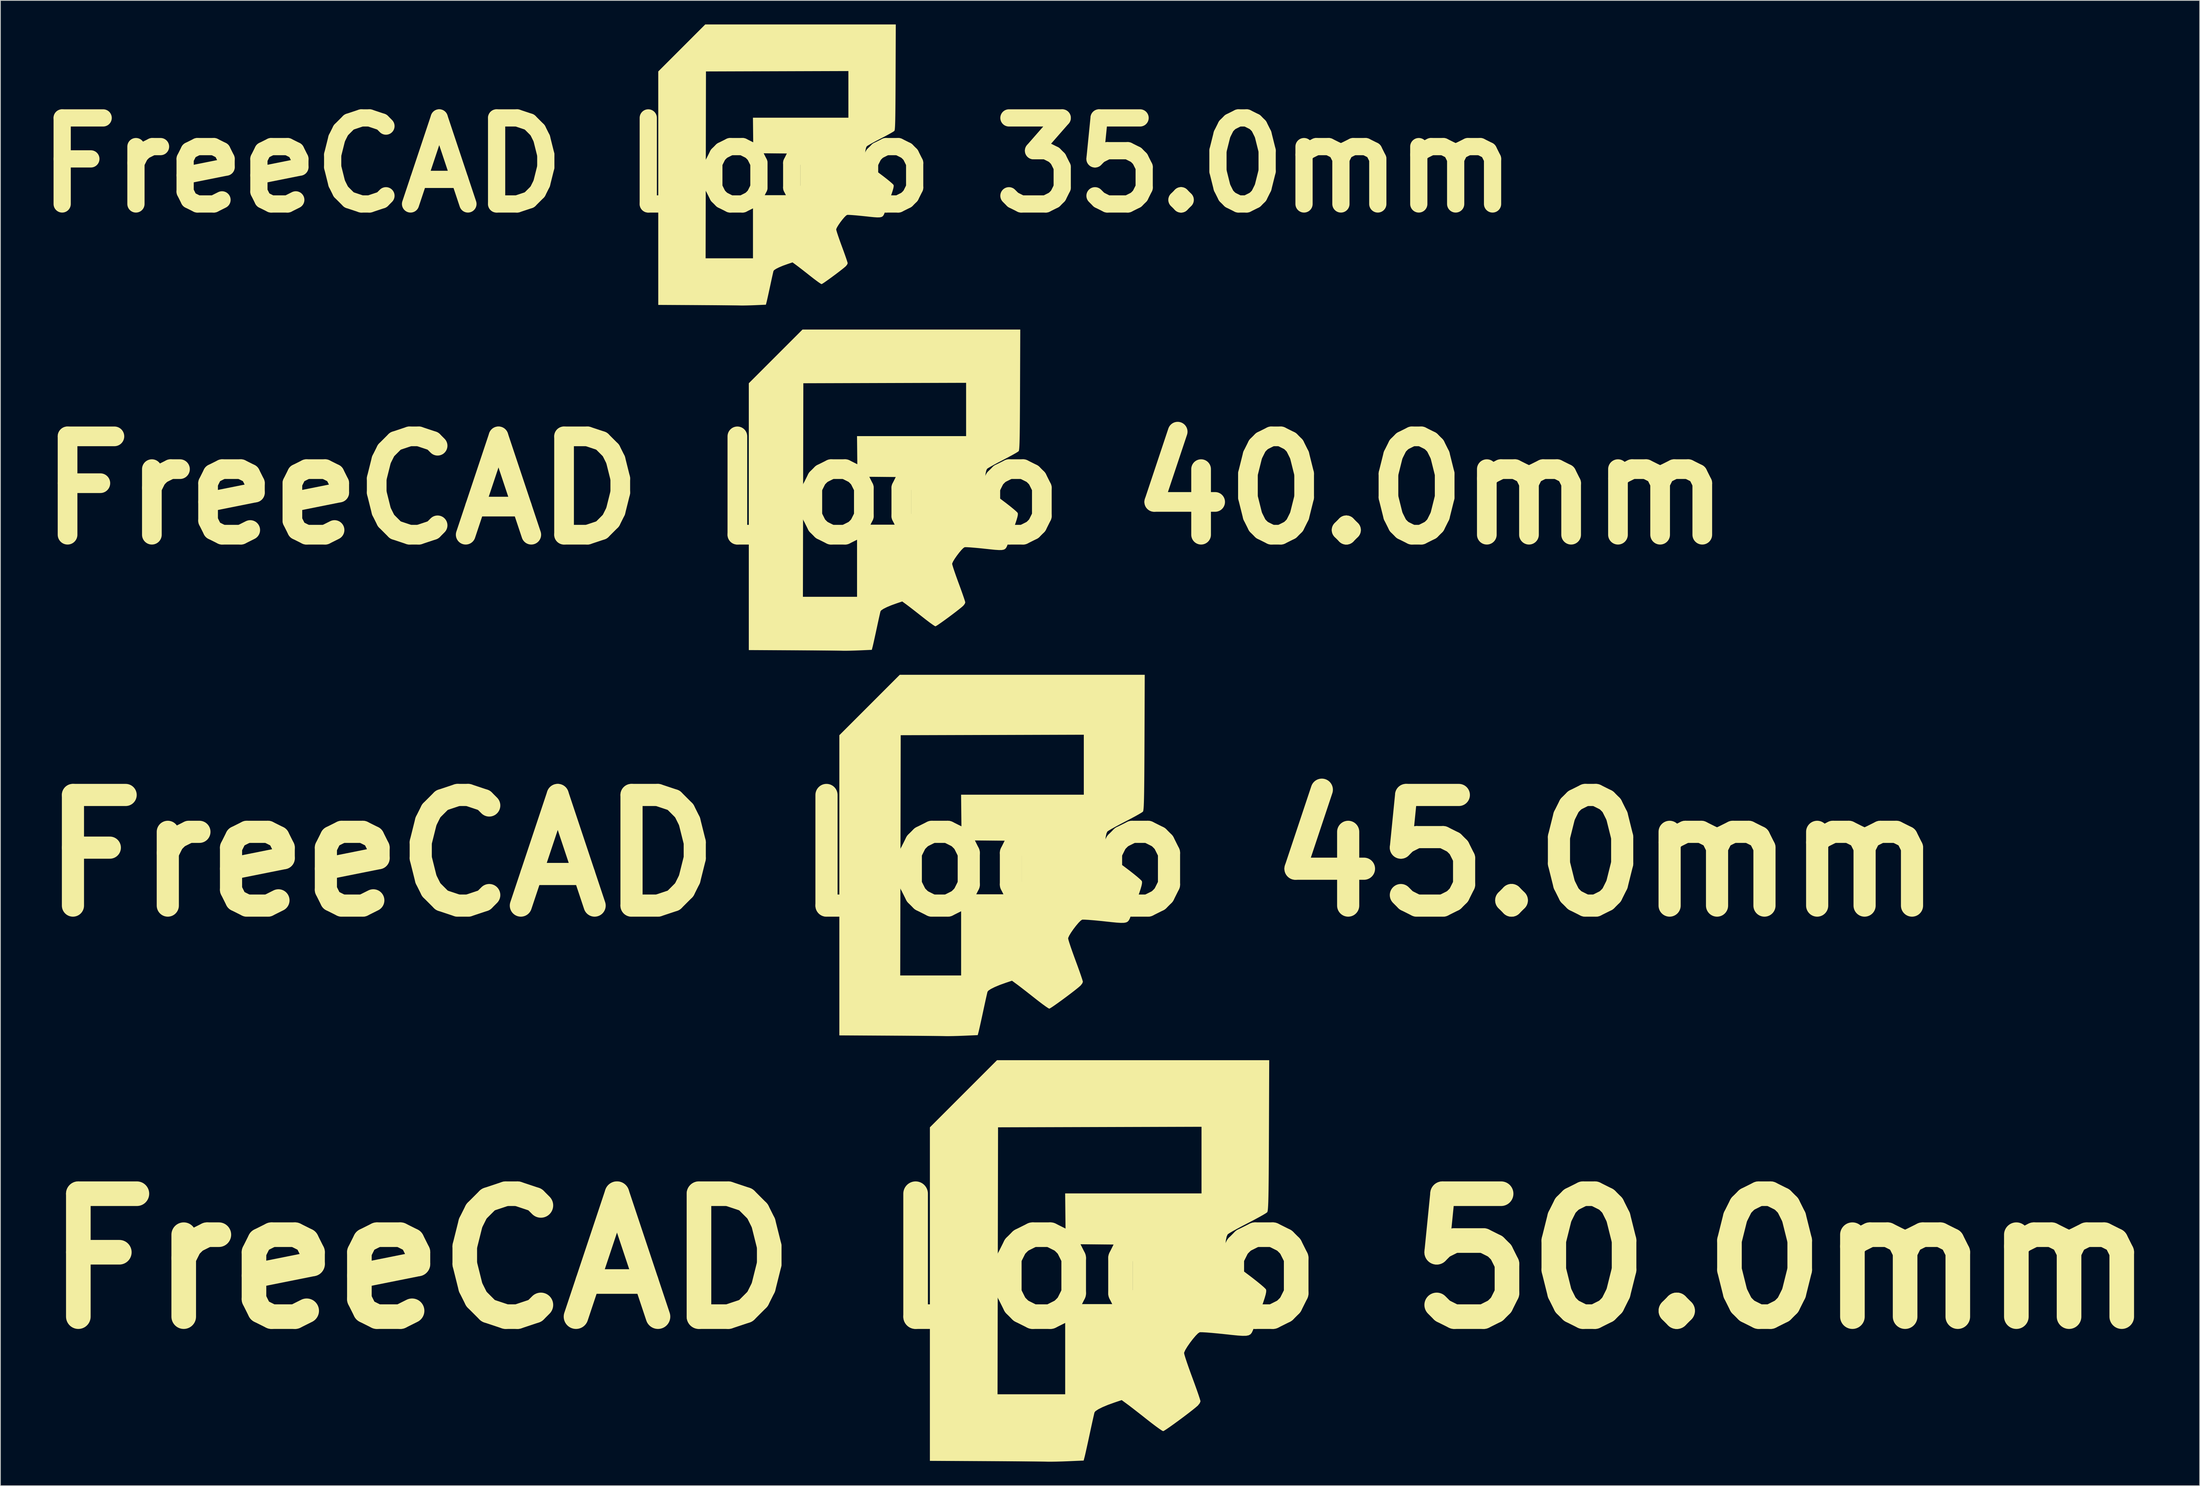
<source format=kicad_pcb>
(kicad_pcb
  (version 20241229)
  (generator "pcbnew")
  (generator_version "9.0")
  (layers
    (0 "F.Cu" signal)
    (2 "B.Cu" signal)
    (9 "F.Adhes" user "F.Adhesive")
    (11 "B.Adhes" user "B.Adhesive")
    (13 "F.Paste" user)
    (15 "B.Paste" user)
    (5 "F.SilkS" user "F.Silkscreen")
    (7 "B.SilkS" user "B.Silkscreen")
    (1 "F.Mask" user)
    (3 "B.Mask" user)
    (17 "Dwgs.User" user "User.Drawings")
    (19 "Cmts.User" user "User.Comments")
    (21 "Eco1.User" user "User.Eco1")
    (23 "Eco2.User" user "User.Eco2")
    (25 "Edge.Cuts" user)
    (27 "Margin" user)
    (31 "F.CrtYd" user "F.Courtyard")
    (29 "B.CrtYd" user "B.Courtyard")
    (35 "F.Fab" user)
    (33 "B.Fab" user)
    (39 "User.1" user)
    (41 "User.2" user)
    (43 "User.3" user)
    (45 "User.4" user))
  (footprint "FreeCAD Logo 50.0mm"
    (layer "F.Cu")
    (at 134.191 154.306)
    (property "Reference" "FreeCAD Logo 50.0mm" (at 0 0 180) (layer "F.SilkS") (effects (font (size 15.34 15.34) (thickness 3.07))))
    (attr board_only exclude_from_pos_files exclude_from_bom)
    (fp_poly (pts (xy 21.071 -15.684) (xy 21.063 -13.862) (xy 21.055 -12.279) (xy 21.046 -10.92) (xy 21.035 -9.769) (xy 21.023 -8.808) (xy 21.008 -8.023) (xy 20.991 -7.397) (xy 20.971 -6.914) (xy 20.948 -6.558) (xy 20.922 -6.312) (xy 20.891 -6.162) (xy 20.86 -6.093) (xy 20.695 -5.972) (xy 20.34 -5.757) (xy 19.831 -5.471) (xy 19.208 -5.135) (xy 18.508 -4.769) (xy 18.404 -4.716) (xy 17.694 -4.347) (xy 17.054 -4.004) (xy 16.522 -3.708) (xy 16.137 -3.48) (xy 15.937 -3.342) (xy 15.927 -3.332) (xy 15.801 -3.063) (xy 15.704 -2.618) (xy 15.642 -2.071) (xy 15.619 -1.502) (xy 15.639 -0.986) (xy 15.706 -0.6) (xy 15.759 -0.481) (xy 15.916 -0.32) (xy 16.247 -0.034) (xy 16.72 0.349) (xy 17.301 0.804) (xy 17.959 1.304) (xy 18.261 1.53) (xy 18.938 2.041) (xy 19.548 2.519) (xy 20.061 2.937) (xy 20.445 3.269) (xy 20.667 3.49) (xy 20.706 3.545) (xy 20.735 3.679) (xy 20.723 3.885) (xy 20.662 4.184) (xy 20.544 4.598) (xy 20.363 5.152) (xy 20.111 5.867) (xy 19.781 6.765) (xy 19.366 7.87) (xy 19.185 8.348) (xy 19.051 8.692) (xy 18.922 8.956) (xy 18.764 9.144) (xy 18.544 9.265) (xy 18.231 9.326) (xy 17.79 9.334) (xy 17.189 9.295) (xy 16.394 9.216) (xy 15.537 9.123) (xy 14.7 9.037) (xy 13.936 8.966) (xy 13.285 8.914) (xy 12.789 8.885) (xy 12.489 8.881) (xy 12.432 8.887) (xy 12.224 9.024) (xy 11.925 9.326) (xy 11.577 9.738) (xy 11.219 10.206) (xy 10.894 10.675) (xy 10.641 11.092) (xy 10.502 11.4) (xy 10.487 11.484) (xy 10.53 11.686) (xy 10.651 12.088) (xy 10.838 12.653) (xy 11.077 13.342) (xy 11.356 14.116) (xy 11.509 14.53) (xy 11.802 15.328) (xy 12.063 16.055) (xy 12.278 16.674) (xy 12.434 17.147) (xy 12.52 17.437) (xy 12.532 17.503) (xy 12.443 17.733) (xy 12.226 18.009) (xy 12.18 18.054) (xy 11.892 18.302) (xy 11.472 18.64) (xy 10.956 19.04) (xy 10.384 19.474) (xy 9.792 19.913) (xy 9.219 20.331) (xy 8.702 20.699) (xy 8.28 20.989) (xy 7.989 21.174) (xy 7.875 21.227) (xy 7.72 21.151) (xy 7.402 20.939) (xy 6.957 20.617) (xy 6.419 20.21) (xy 5.879 19.789) (xy 5.24 19.283) (xy 4.615 18.795) (xy 4.056 18.361) (xy 3.611 18.02) (xy 3.384 17.851) (xy 2.701 17.351) (xy 1.83 17.643) (xy 1.014 17.936) (xy 0.321 18.225) (xy -0.216 18.494) (xy -0.564 18.726) (xy -0.688 18.88) (xy -0.737 19.075) (xy -0.829 19.477) (xy -0.955 20.044) (xy -1.106 20.731) (xy -1.271 21.496) (xy -1.282 21.547) (xy -1.451 22.335) (xy -1.611 23.065) (xy -1.75 23.691) (xy -1.857 24.163) (xy -1.923 24.434) (xy -1.923 24.436) (xy -2.045 24.896) (xy -3.984 24.98) (xy -4.731 25.008) (xy -5.45 25.027) (xy -6.073 25.037) (xy -6.532 25.036) (xy -6.638 25.033) (xy -6.901 25.026) (xy -7.393 25.019) (xy -8.088 25.011) (xy -8.959 25.003) (xy -9.979 24.994) (xy -11.122 24.986) (xy -12.362 24.978) (xy -13.672 24.971) (xy -14.29 24.968) (xy -21.227 24.934) (xy -21.227 16.624) (xy -12.789 16.624) (xy -8.568 16.624) (xy -4.348 16.624) (xy -4.348 10.997) (xy -4.348 5.371) (xy -0.128 5.371) (xy 4.092 5.371) (xy 4.092 1.664) (xy 4.092 -2.043) (xy -0.096 -2.076) (xy -4.284 -2.11) (xy -4.318 -5.275) (xy -4.352 -8.44) (xy 4.154 -8.44) (xy 12.66 -8.44) (xy 12.66 -12.596) (xy 12.66 -16.753) (xy -0.032 -16.72) (xy -12.724 -16.688) (xy -12.756 -0.032) (xy -12.789 16.624) (xy -21.227 16.624) (xy -21.227 4.124) (xy -21.227 -16.686) (xy -17.04 -20.875) (xy -12.853 -25.064) (xy 4.126 -25.064) (xy 21.106 -25.064)) (stroke (width 0) (type solid)) (fill yes) (layer "F.SilkS")))
  (footprint "FreeCAD Logo 45.0mm"
    (layer "F.Cu")
    (at 120.772 103.709)
    (property "Reference" "FreeCAD Logo 45.0mm" (at 0 0 180) (layer "F.SilkS") (effects (font (size 13.806 13.806) (thickness 2.763))))
    (attr board_only exclude_from_pos_files exclude_from_bom)
    (fp_poly (pts (xy 18.964 -14.116) (xy 18.957 -12.476) (xy 18.949 -11.051) (xy 18.941 -9.828) (xy 18.931 -8.792) (xy 18.92 -7.927) (xy 18.907 -7.221) (xy 18.892 -6.657) (xy 18.874 -6.223) (xy 18.853 -5.902) (xy 18.829 -5.681) (xy 18.802 -5.546) (xy 18.774 -5.484) (xy 18.626 -5.375) (xy 18.306 -5.182) (xy 17.848 -4.924) (xy 17.287 -4.621) (xy 16.657 -4.292) (xy 16.564 -4.244) (xy 15.925 -3.912) (xy 15.349 -3.603) (xy 14.87 -3.337) (xy 14.524 -3.132) (xy 14.344 -3.008) (xy 14.334 -2.998) (xy 14.221 -2.757) (xy 14.134 -2.356) (xy 14.078 -1.864) (xy 14.057 -1.351) (xy 14.075 -0.887) (xy 14.136 -0.54) (xy 14.183 -0.433) (xy 14.324 -0.288) (xy 14.623 -0.031) (xy 15.048 0.314) (xy 15.571 0.724) (xy 16.163 1.174) (xy 16.435 1.377) (xy 17.044 1.837) (xy 17.593 2.267) (xy 18.055 2.643) (xy 18.4 2.942) (xy 18.6 3.141) (xy 18.635 3.191) (xy 18.662 3.311) (xy 18.651 3.496) (xy 18.596 3.765) (xy 18.49 4.139) (xy 18.326 4.637) (xy 18.1 5.28) (xy 17.803 6.088) (xy 17.429 7.083) (xy 17.266 7.513) (xy 17.146 7.823) (xy 17.029 8.06) (xy 16.887 8.23) (xy 16.69 8.339) (xy 16.408 8.394) (xy 16.011 8.4) (xy 15.47 8.365) (xy 14.755 8.295) (xy 13.983 8.211) (xy 13.23 8.133) (xy 12.542 8.069) (xy 11.957 8.023) (xy 11.51 7.996) (xy 11.24 7.993) (xy 11.189 7.998) (xy 11.002 8.122) (xy 10.733 8.393) (xy 10.419 8.764) (xy 10.097 9.185) (xy 9.804 9.608) (xy 9.577 9.982) (xy 9.452 10.26) (xy 9.438 10.336) (xy 9.477 10.517) (xy 9.586 10.879) (xy 9.754 11.388) (xy 9.97 12.008) (xy 10.221 12.705) (xy 10.358 13.077) (xy 10.622 13.795) (xy 10.857 14.45) (xy 11.05 15.006) (xy 11.191 15.432) (xy 11.268 15.693) (xy 11.279 15.753) (xy 11.199 15.96) (xy 11.003 16.208) (xy 10.962 16.249) (xy 10.703 16.472) (xy 10.325 16.776) (xy 9.861 17.136) (xy 9.345 17.526) (xy 8.813 17.922) (xy 8.297 18.298) (xy 7.832 18.629) (xy 7.452 18.89) (xy 7.19 19.057) (xy 7.087 19.105) (xy 6.948 19.036) (xy 6.662 18.845) (xy 6.261 18.555) (xy 5.777 18.189) (xy 5.292 17.81) (xy 4.716 17.355) (xy 4.154 16.915) (xy 3.65 16.525) (xy 3.25 16.218) (xy 3.046 16.066) (xy 2.431 15.616) (xy 1.647 15.879) (xy 0.912 16.143) (xy 0.289 16.403) (xy -0.194 16.644) (xy -0.508 16.853) (xy -0.619 16.992) (xy -0.663 17.168) (xy -0.746 17.53) (xy -0.86 18.039) (xy -0.995 18.658) (xy -1.144 19.346) (xy -1.153 19.392) (xy -1.306 20.101) (xy -1.45 20.759) (xy -1.575 21.322) (xy -1.672 21.747) (xy -1.73 21.991) (xy -1.731 21.993) (xy -1.841 22.406) (xy -3.586 22.482) (xy -4.257 22.507) (xy -4.905 22.525) (xy -5.465 22.534) (xy -5.879 22.532) (xy -5.974 22.529) (xy -6.211 22.524) (xy -6.654 22.517) (xy -7.279 22.51) (xy -8.063 22.503) (xy -8.981 22.495) (xy -10.01 22.488) (xy -11.126 22.48) (xy -12.305 22.474) (xy -12.861 22.471) (xy -19.105 22.44) (xy -19.105 14.961) (xy -11.51 14.961) (xy -7.711 14.961) (xy -3.913 14.961) (xy -3.913 9.898) (xy -3.913 4.834) (xy -0.115 4.834) (xy 3.683 4.834) (xy 3.683 1.498) (xy 3.683 -1.838) (xy -0.086 -1.869) (xy -3.855 -1.899) (xy -3.886 -4.747) (xy -3.917 -7.596) (xy 3.738 -7.596) (xy 11.394 -7.596) (xy 11.394 -11.337) (xy 11.394 -15.078) (xy -0.029 -15.048) (xy -11.451 -15.019) (xy -11.48 -0.029) (xy -11.51 14.961) (xy -19.105 14.961) (xy -19.105 3.711) (xy -19.105 -15.018) (xy -15.336 -18.787) (xy -11.568 -22.557) (xy 3.714 -22.557) (xy 18.995 -22.557)) (stroke (width 0) (type solid)) (fill yes) (layer "F.SilkS")))
  (footprint "FreeCAD Logo 35.0mm"
    (layer "F.Cu")
    (at 93.934 17.545)
    (property "Reference" "FreeCAD Logo 35.0mm" (at 0 0 180) (layer "F.SilkS") (effects (font (size 10.738 10.738) (thickness 2.149))))
    (attr board_only exclude_from_pos_files exclude_from_bom)
    (fp_poly (pts (xy 14.749 -10.979) (xy 14.744 -9.703) (xy 14.738 -8.596) (xy 14.732 -7.644) (xy 14.724 -6.838) (xy 14.716 -6.166) (xy 14.706 -5.616) (xy 14.694 -5.178) (xy 14.68 -4.84) (xy 14.664 -4.591) (xy 14.645 -4.419) (xy 14.624 -4.313) (xy 14.602 -4.265) (xy 14.487 -4.18) (xy 14.238 -4.03) (xy 13.882 -3.83) (xy 13.446 -3.594) (xy 12.955 -3.338) (xy 12.883 -3.301) (xy 12.386 -3.043) (xy 11.938 -2.803) (xy 11.566 -2.595) (xy 11.296 -2.436) (xy 11.156 -2.34) (xy 11.149 -2.332) (xy 11.061 -2.144) (xy 10.993 -1.832) (xy 10.95 -1.45) (xy 10.933 -1.051) (xy 10.947 -0.69) (xy 10.994 -0.42) (xy 11.031 -0.337) (xy 11.141 -0.224) (xy 11.373 -0.024) (xy 11.704 0.244) (xy 12.111 0.563) (xy 12.571 0.913) (xy 12.783 1.071) (xy 13.256 1.429) (xy 13.684 1.763) (xy 14.043 2.056) (xy 14.311 2.289) (xy 14.467 2.443) (xy 14.494 2.482) (xy 14.515 2.576) (xy 14.506 2.719) (xy 14.463 2.928) (xy 14.381 3.219) (xy 14.254 3.606) (xy 14.077 4.107) (xy 13.847 4.735) (xy 13.556 5.509) (xy 13.429 5.844) (xy 13.336 6.085) (xy 13.245 6.269) (xy 13.135 6.401) (xy 12.981 6.486) (xy 12.762 6.528) (xy 12.453 6.534) (xy 12.032 6.506) (xy 11.476 6.451) (xy 10.876 6.386) (xy 10.29 6.326) (xy 9.755 6.276) (xy 9.3 6.24) (xy 8.952 6.219) (xy 8.742 6.217) (xy 8.703 6.221) (xy 8.557 6.317) (xy 8.348 6.528) (xy 8.104 6.817) (xy 7.854 7.144) (xy 7.626 7.473) (xy 7.449 7.764) (xy 7.351 7.98) (xy 7.341 8.039) (xy 7.371 8.18) (xy 7.456 8.462) (xy 7.587 8.857) (xy 7.754 9.339) (xy 7.949 9.881) (xy 8.056 10.171) (xy 8.262 10.73) (xy 8.444 11.239) (xy 8.595 11.672) (xy 8.704 12.003) (xy 8.764 12.206) (xy 8.772 12.252) (xy 8.71 12.413) (xy 8.558 12.607) (xy 8.526 12.638) (xy 8.325 12.812) (xy 8.03 13.048) (xy 7.669 13.328) (xy 7.269 13.632) (xy 6.854 13.939) (xy 6.453 14.232) (xy 6.091 14.489) (xy 5.796 14.693) (xy 5.592 14.822) (xy 5.512 14.859) (xy 5.404 14.806) (xy 5.181 14.657) (xy 4.87 14.432) (xy 4.493 14.147) (xy 4.116 13.852) (xy 3.668 13.498) (xy 3.231 13.156) (xy 2.839 12.852) (xy 2.527 12.614) (xy 2.369 12.495) (xy 1.891 12.146) (xy 1.281 12.35) (xy 0.71 12.555) (xy 0.225 12.758) (xy -0.151 12.946) (xy -0.395 13.108) (xy -0.481 13.216) (xy -0.516 13.353) (xy -0.58 13.634) (xy -0.669 14.031) (xy -0.774 14.512) (xy -0.889 15.047) (xy -0.897 15.083) (xy -1.016 15.634) (xy -1.128 16.146) (xy -1.225 16.584) (xy -1.3 16.914) (xy -1.346 17.104) (xy -1.346 17.105) (xy -1.432 17.427) (xy -2.789 17.486) (xy -3.311 17.505) (xy -3.815 17.519) (xy -4.251 17.526) (xy -4.572 17.525) (xy -4.647 17.523) (xy -4.831 17.518) (xy -5.175 17.513) (xy -5.661 17.508) (xy -6.271 17.502) (xy -6.985 17.496) (xy -7.786 17.49) (xy -8.654 17.485) (xy -9.571 17.48) (xy -10.003 17.477) (xy -14.859 17.453) (xy -14.859 11.637) (xy -8.952 11.637) (xy -5.998 11.637) (xy -3.043 11.637) (xy -3.043 7.698) (xy -3.043 3.76) (xy -0.09 3.76) (xy 2.864 3.76) (xy 2.864 1.165) (xy 2.864 -1.43) (xy -0.067 -1.453) (xy -2.999 -1.477) (xy -3.023 -3.692) (xy -3.047 -5.908) (xy 2.908 -5.908) (xy 8.862 -5.908) (xy 8.862 -8.817) (xy 8.862 -11.727) (xy -0.022 -11.704) (xy -8.907 -11.681) (xy -8.929 -0.022) (xy -8.952 11.637) (xy -14.859 11.637) (xy -14.859 2.887) (xy -14.859 -11.68) (xy -11.928 -14.612) (xy -8.997 -17.545) (xy 2.889 -17.545) (xy 14.774 -17.545)) (stroke (width 0) (type solid)) (fill yes) (layer "F.SilkS")))
  (footprint "FreeCAD Logo 40.0mm"
    (layer "F.Cu")
    (at 107.353 58.122)
    (property "Reference" "FreeCAD Logo 40.0mm" (at 0 0 180) (layer "F.SilkS") (effects (font (size 12.272 12.272) (thickness 2.456))))
    (attr board_only exclude_from_pos_files exclude_from_bom)
    (fp_poly (pts (xy 16.857 -12.547) (xy 16.851 -11.09) (xy 16.844 -9.824) (xy 16.837 -8.736) (xy 16.828 -7.815) (xy 16.818 -7.047) (xy 16.806 -6.419) (xy 16.793 -5.918) (xy 16.777 -5.531) (xy 16.758 -5.246) (xy 16.737 -5.05) (xy 16.713 -4.929) (xy 16.688 -4.875) (xy 16.556 -4.777) (xy 16.272 -4.606) (xy 15.865 -4.377) (xy 15.366 -4.108) (xy 14.806 -3.815) (xy 14.723 -3.773) (xy 14.155 -3.478) (xy 13.643 -3.203) (xy 13.218 -2.966) (xy 12.91 -2.784) (xy 12.75 -2.674) (xy 12.741 -2.665) (xy 12.641 -2.451) (xy 12.564 -2.094) (xy 12.514 -1.657) (xy 12.495 -1.201) (xy 12.511 -0.788) (xy 12.565 -0.48) (xy 12.607 -0.385) (xy 12.733 -0.256) (xy 12.998 -0.028) (xy 13.376 0.279) (xy 13.841 0.643) (xy 14.367 1.043) (xy 14.609 1.224) (xy 15.15 1.633) (xy 15.639 2.015) (xy 16.049 2.35) (xy 16.356 2.615) (xy 16.533 2.792) (xy 16.564 2.836) (xy 16.588 2.944) (xy 16.579 3.108) (xy 16.529 3.347) (xy 16.435 3.679) (xy 16.29 4.121) (xy 16.088 4.693) (xy 15.825 5.412) (xy 15.493 6.296) (xy 15.348 6.678) (xy 15.241 6.954) (xy 15.137 7.164) (xy 15.011 7.315) (xy 14.836 7.412) (xy 14.585 7.461) (xy 14.232 7.467) (xy 13.751 7.436) (xy 13.115 7.373) (xy 12.429 7.299) (xy 11.76 7.229) (xy 11.149 7.173) (xy 10.628 7.131) (xy 10.231 7.108) (xy 9.991 7.105) (xy 9.946 7.11) (xy 9.779 7.219) (xy 9.54 7.461) (xy 9.262 7.79) (xy 8.976 8.165) (xy 8.715 8.54) (xy 8.513 8.873) (xy 8.401 9.12) (xy 8.389 9.188) (xy 8.424 9.349) (xy 8.521 9.671) (xy 8.67 10.122) (xy 8.862 10.673) (xy 9.085 11.293) (xy 9.207 11.624) (xy 9.442 12.262) (xy 9.65 12.844) (xy 9.822 13.339) (xy 9.948 13.717) (xy 10.016 13.949) (xy 10.025 14.003) (xy 9.955 14.187) (xy 9.781 14.408) (xy 9.744 14.443) (xy 9.514 14.642) (xy 9.177 14.912) (xy 8.765 15.232) (xy 8.307 15.579) (xy 7.834 15.931) (xy 7.375 16.265) (xy 6.962 16.559) (xy 6.624 16.791) (xy 6.391 16.939) (xy 6.3 16.982) (xy 6.176 16.921) (xy 5.922 16.751) (xy 5.565 16.494) (xy 5.135 16.168) (xy 4.704 15.831) (xy 4.192 15.427) (xy 3.692 15.036) (xy 3.245 14.689) (xy 2.888 14.416) (xy 2.707 14.28) (xy 2.161 13.881) (xy 1.464 14.114) (xy 0.811 14.349) (xy 0.257 14.58) (xy -0.173 14.795) (xy -0.452 14.981) (xy -0.55 15.104) (xy -0.589 15.26) (xy -0.663 15.582) (xy -0.764 16.035) (xy -0.885 16.585) (xy -1.016 17.197) (xy -1.025 17.238) (xy -1.161 17.868) (xy -1.289 18.452) (xy -1.4 18.953) (xy -1.486 19.331) (xy -1.538 19.548) (xy -1.539 19.549) (xy -1.636 19.917) (xy -3.187 19.984) (xy -3.784 20.006) (xy -4.36 20.022) (xy -4.858 20.03) (xy -5.226 20.029) (xy -5.31 20.026) (xy -5.521 20.021) (xy -5.914 20.015) (xy -6.47 20.009) (xy -7.167 20.002) (xy -7.983 19.996) (xy -8.898 19.989) (xy -9.89 19.983) (xy -10.938 19.977) (xy -11.432 19.974) (xy -16.982 19.947) (xy -16.982 13.299) (xy -10.231 13.299) (xy -6.855 13.299) (xy -3.478 13.299) (xy -3.478 8.798) (xy -3.478 4.297) (xy -0.102 4.297) (xy 3.274 4.297) (xy 3.274 1.331) (xy 3.274 -1.634) (xy -0.077 -1.661) (xy -3.427 -1.688) (xy -3.454 -4.22) (xy -3.482 -6.752) (xy 3.323 -6.752) (xy 10.128 -6.752) (xy 10.128 -10.077) (xy 10.128 -13.402) (xy -0.026 -13.376) (xy -10.179 -13.35) (xy -10.205 -0.026) (xy -10.231 13.299) (xy -16.982 13.299) (xy -16.982 3.299) (xy -16.982 -13.349) (xy -13.632 -16.7) (xy -10.282 -20.051) (xy 3.301 -20.051) (xy 16.885 -20.051)) (stroke (width 0) (type solid)) (fill yes) (layer "F.SilkS")))
  (gr_rect
    (start -3 -3)
    (end 271.383 182.343)
    (stroke (width 0.1) (type default))
    (fill no)
    (layer "Edge.Cuts")))
</source>
